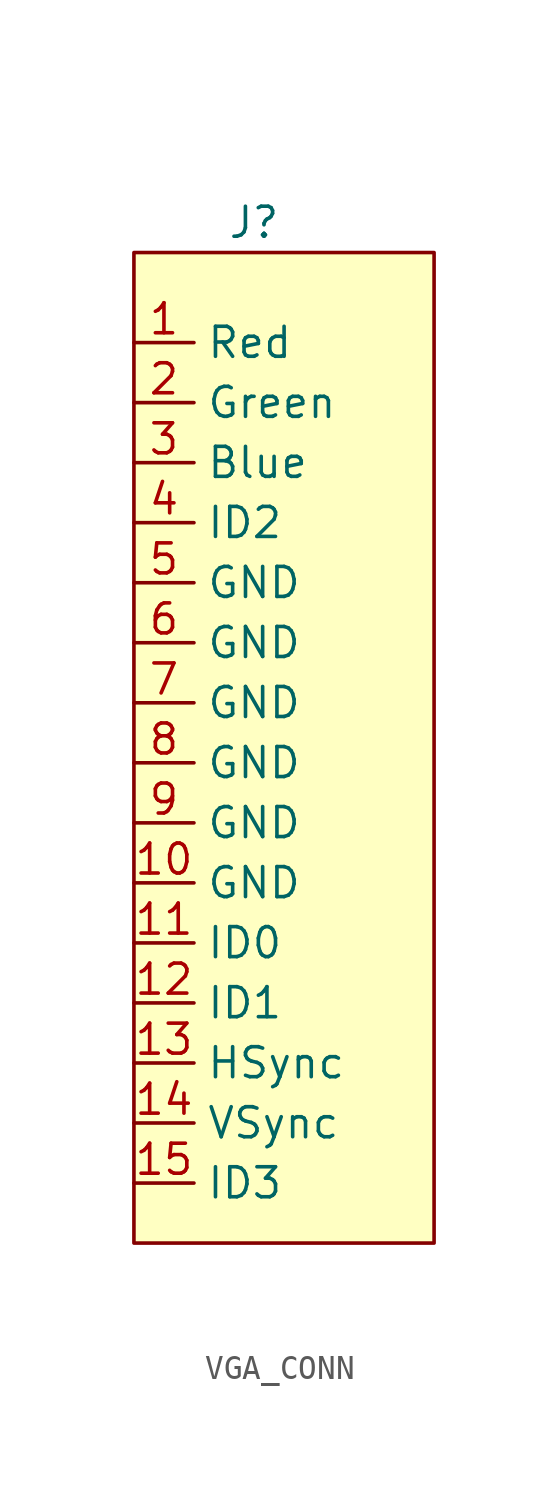
<source format=kicad_sym>
(kicad_symbol_lib
  (version 20220914)
  (generator kicad_symbol_editor)
  (symbol "VGA_CONN"
    (property "Reference" "J"
      (at -2.54 21.59 0)
      (effects (font (size 1.27 1.27))))
    (property "Value" ""
      (at -2.54 8.89 0)
      (effects (font (size 1.27 1.27))))
    (symbol "VGA_CONN_1_1"
      (rectangle (start -7.62 20.32) (end 5.08 -21.59) (stroke (width 0) (type default)) (fill (type background)))
      (pin input line (at -7.62 16.51 0) (length 2.54) (name "Red" (effects (font (size 1.27 1.27)))) (number "1" (effects (font (size 1.27 1.27)))))
      (pin input line (at -7.62 -6.35 0) (length 2.54) (name "GND" (effects (font (size 1.27 1.27)))) (number "10" (effects (font (size 1.27 1.27)))))
      (pin input line (at -7.62 -8.89 0) (length 2.54) (name "ID0" (effects (font (size 1.27 1.27)))) (number "11" (effects (font (size 1.27 1.27)))))
      (pin input line (at -7.62 -11.43 0) (length 2.54) (name "ID1" (effects (font (size 1.27 1.27)))) (number "12" (effects (font (size 1.27 1.27)))))
      (pin input line (at -7.62 -13.97 0) (length 2.54) (name "HSync" (effects (font (size 1.27 1.27)))) (number "13" (effects (font (size 1.27 1.27)))))
      (pin input line (at -7.62 -16.51 0) (length 2.54) (name "VSync" (effects (font (size 1.27 1.27)))) (number "14" (effects (font (size 1.27 1.27)))))
      (pin input line (at -7.62 -19.05 0) (length 2.54) (name "ID3" (effects (font (size 1.27 1.27)))) (number "15" (effects (font (size 1.27 1.27)))))
      (pin input line (at -7.62 13.97 0) (length 2.54) (name "Green" (effects (font (size 1.27 1.27)))) (number "2" (effects (font (size 1.27 1.27)))))
      (pin input line (at -7.62 11.43 0) (length 2.54) (name "Blue" (effects (font (size 1.27 1.27)))) (number "3" (effects (font (size 1.27 1.27)))))
      (pin input line (at -7.62 8.89 0) (length 2.54) (name "ID2" (effects (font (size 1.27 1.27)))) (number "4" (effects (font (size 1.27 1.27)))))
      (pin input line (at -7.62 6.35 0) (length 2.54) (name "GND" (effects (font (size 1.27 1.27)))) (number "5" (effects (font (size 1.27 1.27)))))
      (pin input line (at -7.62 3.81 0) (length 2.54) (name "GND" (effects (font (size 1.27 1.27)))) (number "6" (effects (font (size 1.27 1.27)))))
      (pin input line (at -7.62 1.27 0) (length 2.54) (name "GND" (effects (font (size 1.27 1.27)))) (number "7" (effects (font (size 1.27 1.27)))))
      (pin input line (at -7.62 -1.27 0) (length 2.54) (name "GND" (effects (font (size 1.27 1.27)))) (number "8" (effects (font (size 1.27 1.27)))))
      (pin input line (at -7.62 -3.81 0) (length 2.54) (name "GND" (effects (font (size 1.27 1.27)))) (number "9" (effects (font (size 1.27 1.27))))))))
</source>
